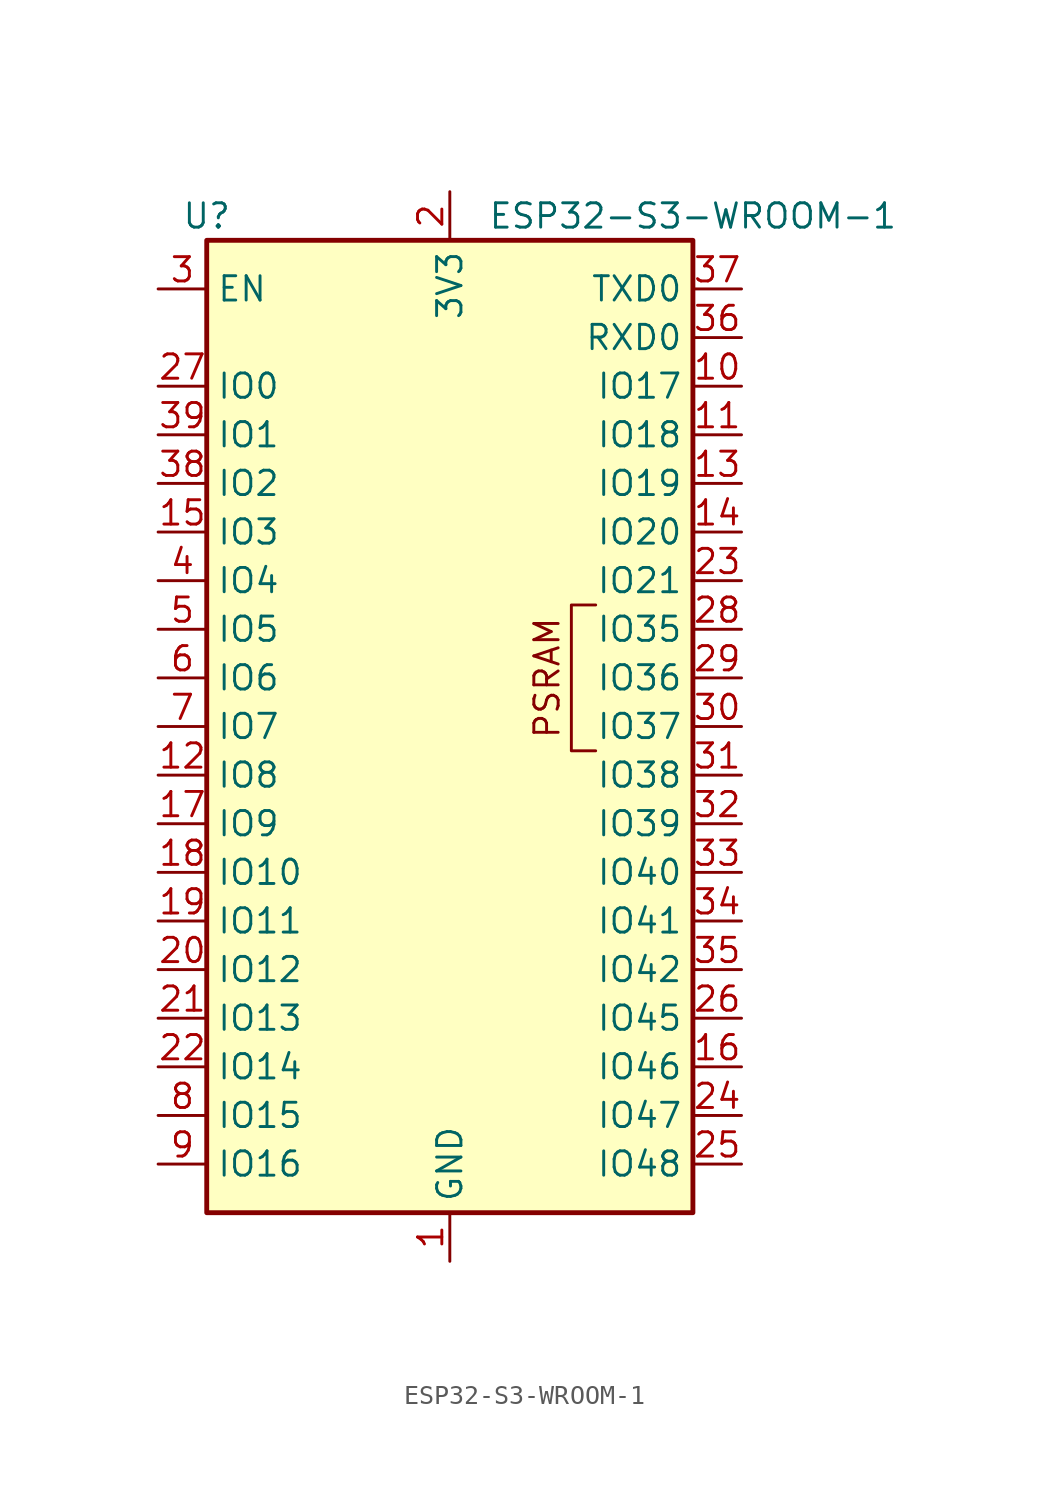
<source format=kicad_sym>
(kicad_symbol_lib
  (version 20220914)
  (generator kicad_symbol_editor)
  (symbol "ESP32-S3-WROOM-1"
    (property "Reference" "U"
      (at -12.7 26.67 0)
      (effects (font (size 1.27 1.27))))
    (property "Value" "ESP32-S3-WROOM-1"
      (at 12.7 26.67 0)
      (effects (font (size 1.27 1.27))))
    (symbol "ESP32-S3-WROOM-1_0_0"
      (rectangle (start -12.7 25.4) (end 12.7 -25.4) (stroke (width 0.254) (type default)) (fill (type background)))
      (text "PSRAM" (at 5.08 2.54 900) (effects (font (size 1.27 1.27)))))
    (symbol "ESP32-S3-WROOM-1_0_1"
      (polyline (pts (xy 7.62 -1.27) (xy 6.35 -1.27) (xy 6.35 6.35) (xy 7.62 6.35)) (stroke (width 0) (type default)) (fill (type none))))
    (symbol "ESP32-S3-WROOM-1_1_1"
      (pin power_in line (at 0 -27.94 90) (length 2.54) (name "GND" (effects (font (size 1.27 1.27)))) (number "1" (effects (font (size 1.27 1.27)))))
      (pin bidirectional line (at 15.24 17.78 180) (length 2.54) (name "IO17" (effects (font (size 1.27 1.27)))) (number "10" (effects (font (size 1.27 1.27)))))
      (pin bidirectional line (at 15.24 15.24 180) (length 2.54) (name "IO18" (effects (font (size 1.27 1.27)))) (number "11" (effects (font (size 1.27 1.27)))))
      (pin bidirectional line (at -15.24 -2.54 0) (length 2.54) (name "IO8" (effects (font (size 1.27 1.27)))) (number "12" (effects (font (size 1.27 1.27)))))
      (pin bidirectional line (at 15.24 12.7 180) (length 2.54) (name "IO19" (effects (font (size 1.27 1.27)))) (number "13" (effects (font (size 1.27 1.27)))))
      (pin bidirectional line (at 15.24 10.16 180) (length 2.54) (name "IO20" (effects (font (size 1.27 1.27)))) (number "14" (effects (font (size 1.27 1.27)))))
      (pin bidirectional line (at -15.24 10.16 0) (length 2.54) (name "IO3" (effects (font (size 1.27 1.27)))) (number "15" (effects (font (size 1.27 1.27)))))
      (pin bidirectional line (at 15.24 -17.78 180) (length 2.54) (name "IO46" (effects (font (size 1.27 1.27)))) (number "16" (effects (font (size 1.27 1.27)))))
      (pin bidirectional line (at -15.24 -5.08 0) (length 2.54) (name "IO9" (effects (font (size 1.27 1.27)))) (number "17" (effects (font (size 1.27 1.27)))))
      (pin bidirectional line (at -15.24 -7.62 0) (length 2.54) (name "IO10" (effects (font (size 1.27 1.27)))) (number "18" (effects (font (size 1.27 1.27)))))
      (pin bidirectional line (at -15.24 -10.16 0) (length 2.54) (name "IO11" (effects (font (size 1.27 1.27)))) (number "19" (effects (font (size 1.27 1.27)))))
      (pin power_in line (at 0 27.94 270) (length 2.54) (name "3V3" (effects (font (size 1.27 1.27)))) (number "2" (effects (font (size 1.27 1.27)))))
      (pin bidirectional line (at -15.24 -12.7 0) (length 2.54) (name "IO12" (effects (font (size 1.27 1.27)))) (number "20" (effects (font (size 1.27 1.27)))))
      (pin bidirectional line (at -15.24 -15.24 0) (length 2.54) (name "IO13" (effects (font (size 1.27 1.27)))) (number "21" (effects (font (size 1.27 1.27)))))
      (pin bidirectional line (at -15.24 -17.78 0) (length 2.54) (name "IO14" (effects (font (size 1.27 1.27)))) (number "22" (effects (font (size 1.27 1.27)))))
      (pin bidirectional line (at 15.24 7.62 180) (length 2.54) (name "IO21" (effects (font (size 1.27 1.27)))) (number "23" (effects (font (size 1.27 1.27)))))
      (pin bidirectional line (at 15.24 -20.32 180) (length 2.54) (name "IO47" (effects (font (size 1.27 1.27)))) (number "24" (effects (font (size 1.27 1.27)))))
      (pin bidirectional line (at 15.24 -22.86 180) (length 2.54) (name "IO48" (effects (font (size 1.27 1.27)))) (number "25" (effects (font (size 1.27 1.27)))))
      (pin bidirectional line (at 15.24 -15.24 180) (length 2.54) (name "IO45" (effects (font (size 1.27 1.27)))) (number "26" (effects (font (size 1.27 1.27)))))
      (pin bidirectional line (at -15.24 17.78 0) (length 2.54) (name "IO0" (effects (font (size 1.27 1.27)))) (number "27" (effects (font (size 1.27 1.27)))))
      (pin bidirectional line (at 15.24 5.08 180) (length 2.54) (name "IO35" (effects (font (size 1.27 1.27)))) (number "28" (effects (font (size 1.27 1.27)))))
      (pin bidirectional line (at 15.24 2.54 180) (length 2.54) (name "IO36" (effects (font (size 1.27 1.27)))) (number "29" (effects (font (size 1.27 1.27)))))
      (pin input line (at -15.24 22.86 0) (length 2.54) (name "EN" (effects (font (size 1.27 1.27)))) (number "3" (effects (font (size 1.27 1.27)))))
      (pin bidirectional line (at 15.24 0 180) (length 2.54) (name "IO37" (effects (font (size 1.27 1.27)))) (number "30" (effects (font (size 1.27 1.27)))))
      (pin bidirectional line (at 15.24 -2.54 180) (length 2.54) (name "IO38" (effects (font (size 1.27 1.27)))) (number "31" (effects (font (size 1.27 1.27)))))
      (pin bidirectional line (at 15.24 -5.08 180) (length 2.54) (name "IO39" (effects (font (size 1.27 1.27)))) (number "32" (effects (font (size 1.27 1.27)))))
      (pin bidirectional line (at 15.24 -7.62 180) (length 2.54) (name "IO40" (effects (font (size 1.27 1.27)))) (number "33" (effects (font (size 1.27 1.27)))))
      (pin bidirectional line (at 15.24 -10.16 180) (length 2.54) (name "IO41" (effects (font (size 1.27 1.27)))) (number "34" (effects (font (size 1.27 1.27)))))
      (pin bidirectional line (at 15.24 -12.7 180) (length 2.54) (name "IO42" (effects (font (size 1.27 1.27)))) (number "35" (effects (font (size 1.27 1.27)))))
      (pin bidirectional line (at 15.24 20.32 180) (length 2.54) (name "RXD0" (effects (font (size 1.27 1.27)))) (number "36" (effects (font (size 1.27 1.27)))))
      (pin bidirectional line (at 15.24 22.86 180) (length 2.54) (name "TXD0" (effects (font (size 1.27 1.27)))) (number "37" (effects (font (size 1.27 1.27)))))
      (pin bidirectional line (at -15.24 12.7 0) (length 2.54) (name "IO2" (effects (font (size 1.27 1.27)))) (number "38" (effects (font (size 1.27 1.27)))))
      (pin bidirectional line (at -15.24 15.24 0) (length 2.54) (name "IO1" (effects (font (size 1.27 1.27)))) (number "39" (effects (font (size 1.27 1.27)))))
      (pin bidirectional line (at -15.24 7.62 0) (length 2.54) (name "IO4" (effects (font (size 1.27 1.27)))) (number "4" (effects (font (size 1.27 1.27)))))
      (pin passive line (at 0 -27.94 90) (length 2.54) hide (name "GND" (effects (font (size 1.27 1.27)))) (number "40" (effects (font (size 1.27 1.27)))))
      (pin passive line (at 0 -27.94 90) (length 2.54) hide (name "GND" (effects (font (size 1.27 1.27)))) (number "41" (effects (font (size 1.27 1.27)))))
      (pin bidirectional line (at -15.24 5.08 0) (length 2.54) (name "IO5" (effects (font (size 1.27 1.27)))) (number "5" (effects (font (size 1.27 1.27)))))
      (pin bidirectional line (at -15.24 2.54 0) (length 2.54) (name "IO6" (effects (font (size 1.27 1.27)))) (number "6" (effects (font (size 1.27 1.27)))))
      (pin bidirectional line (at -15.24 0 0) (length 2.54) (name "IO7" (effects (font (size 1.27 1.27)))) (number "7" (effects (font (size 1.27 1.27)))))
      (pin bidirectional line (at -15.24 -20.32 0) (length 2.54) (name "IO15" (effects (font (size 1.27 1.27)))) (number "8" (effects (font (size 1.27 1.27)))))
      (pin bidirectional line (at -15.24 -22.86 0) (length 2.54) (name "IO16" (effects (font (size 1.27 1.27)))) (number "9" (effects (font (size 1.27 1.27))))))))
</source>
